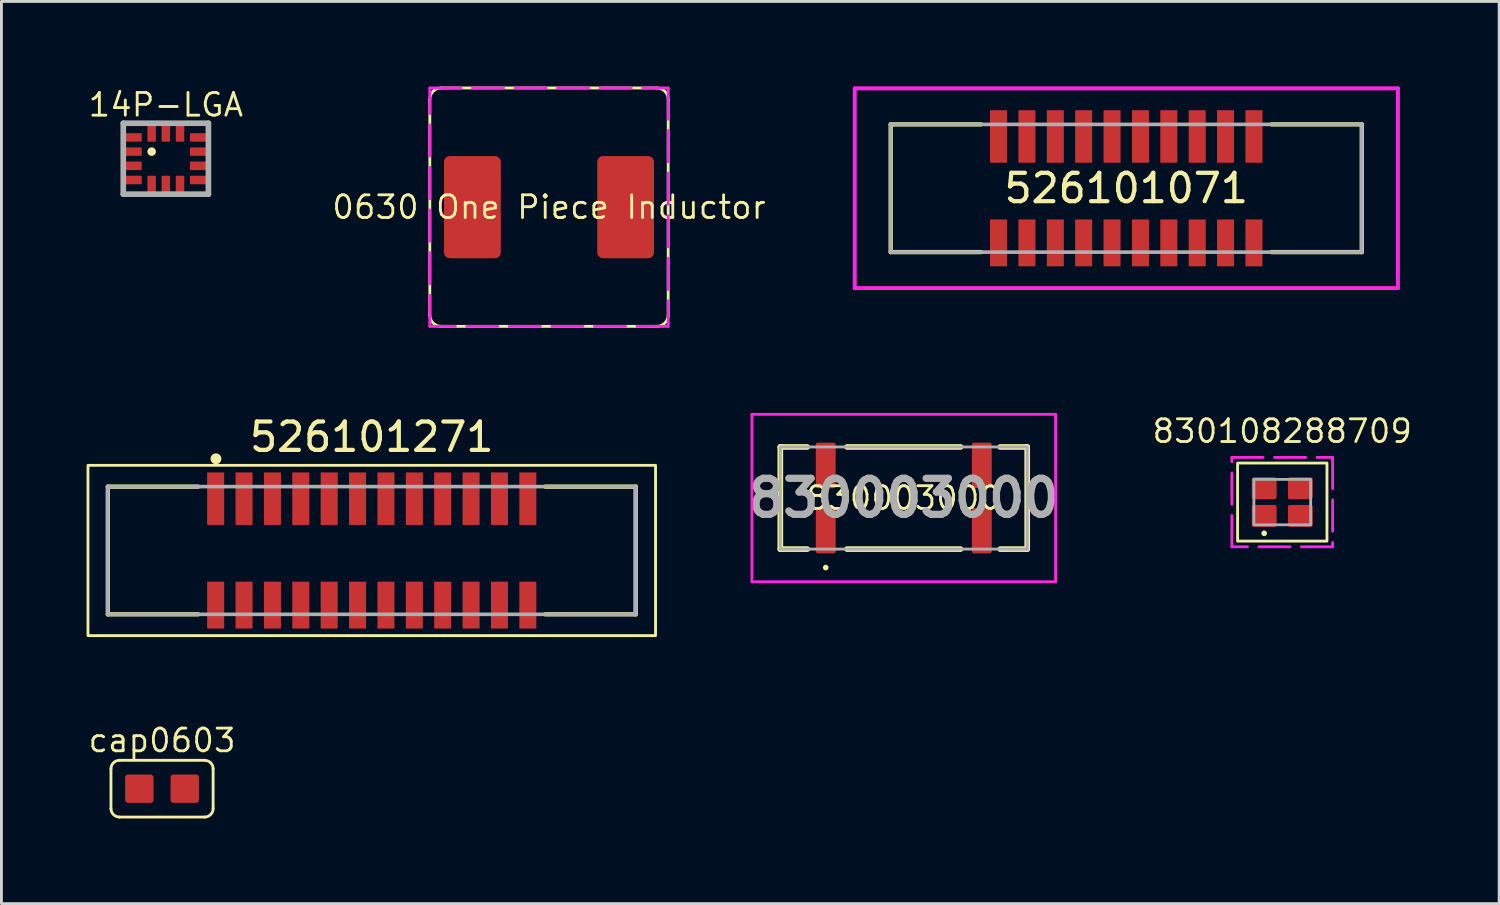
<source format=kicad_pcb>
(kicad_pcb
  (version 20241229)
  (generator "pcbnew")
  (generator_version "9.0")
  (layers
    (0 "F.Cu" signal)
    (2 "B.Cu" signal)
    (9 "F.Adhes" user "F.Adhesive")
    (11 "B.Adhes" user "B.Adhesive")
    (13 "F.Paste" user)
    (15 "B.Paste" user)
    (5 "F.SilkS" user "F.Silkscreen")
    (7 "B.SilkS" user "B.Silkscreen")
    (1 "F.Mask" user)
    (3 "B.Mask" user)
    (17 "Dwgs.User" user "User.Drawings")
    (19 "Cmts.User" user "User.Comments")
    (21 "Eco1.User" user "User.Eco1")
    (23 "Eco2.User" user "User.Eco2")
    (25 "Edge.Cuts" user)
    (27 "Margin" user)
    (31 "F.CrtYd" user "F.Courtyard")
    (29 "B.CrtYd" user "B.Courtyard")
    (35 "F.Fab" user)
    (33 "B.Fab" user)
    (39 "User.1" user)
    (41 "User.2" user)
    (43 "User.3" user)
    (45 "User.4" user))
  (footprint "526101071"
    (layer "F.Cu")
    (at 36.637 3.584)
    (property "Reference" "526101071" (at 0 0 0) (unlocked yes) (layer "F.SilkS") (effects (font (size 1 1) (thickness 0.15))))
    (attr smd)
    (fp_line (start -8.3 -2.25) (end -5.12 -2.25) (stroke (width 0.152) (type solid)) (layer "F.SilkS"))
    (fp_line (start -8.3 2.25) (end -8.3 -2.25) (stroke (width 0.152) (type solid)) (layer "F.SilkS"))
    (fp_line (start -8.3 2.25) (end -5.12 2.25) (stroke (width 0.152) (type solid)) (layer "F.SilkS"))
    (fp_line (start 5.12 -2.25) (end 8.3 -2.25) (stroke (width 0.152) (type solid)) (layer "F.SilkS"))
    (fp_line (start 5.12 2.25) (end 8.3 2.25) (stroke (width 0.152) (type solid)) (layer "F.SilkS"))
    (fp_line (start 8.3 -2.25) (end 8.3 2.25) (stroke (width 0.152) (type solid)) (layer "F.SilkS"))
    (fp_line (start -9.57 -3.52) (end -9.57 3.52) (stroke (width 0.127) (type solid)) (layer "F.CrtYd"))
    (fp_line (start -9.57 -3.52) (end -9.57 3.52) (stroke (width 0.127) (type solid)) (layer "F.CrtYd"))
    (fp_line (start -9.57 3.52) (end 9.57 3.52) (stroke (width 0.127) (type solid)) (layer "F.CrtYd"))
    (fp_line (start -9.57 3.52) (end 9.57 3.52) (stroke (width 0.127) (type solid)) (layer "F.CrtYd"))
    (fp_line (start 9.57 -3.52) (end -9.57 -3.52) (stroke (width 0.127) (type solid)) (layer "F.CrtYd"))
    (fp_line (start 9.57 -3.52) (end -9.57 -3.52) (stroke (width 0.127) (type solid)) (layer "F.CrtYd"))
    (fp_line (start 9.57 3.52) (end 9.57 -3.52) (stroke (width 0.127) (type solid)) (layer "F.CrtYd"))
    (fp_line (start 9.57 3.52) (end 9.57 -3.52) (stroke (width 0.127) (type solid)) (layer "F.CrtYd"))
    (fp_line (start -8.3 -2.25) (end -8.3 2.25) (stroke (width 0.127) (type solid)) (layer "F.Fab"))
    (fp_line (start -8.3 2.25) (end 8.3 2.25) (stroke (width 0.127) (type solid)) (layer "F.Fab"))
    (fp_line (start 8.3 -2.25) (end -8.3 -2.25) (stroke (width 0.127) (type solid)) (layer "F.Fab"))
    (fp_line (start 8.3 2.25) (end 8.3 -2.25) (stroke (width 0.127) (type solid)) (layer "F.Fab"))
    (pad "1" smd rect (at -4.5 -1.825) (size 0.6 1.85) (layers "F.Cu" "F.Mask" "F.Paste"))
    (pad "1B" smd rect (at -4.5 1.925) (size 0.6 1.65) (layers "F.Cu" "F.Mask" "F.Paste"))
    (pad "2" smd rect (at -3.5 -1.825) (size 0.6 1.85) (layers "F.Cu" "F.Mask" "F.Paste"))
    (pad "2B" smd rect (at -3.5 1.925) (size 0.6 1.65) (layers "F.Cu" "F.Mask" "F.Paste"))
    (pad "3" smd rect (at -2.5 -1.825) (size 0.6 1.85) (layers "F.Cu" "F.Mask" "F.Paste"))
    (pad "3B" smd rect (at -2.5 1.925) (size 0.6 1.65) (layers "F.Cu" "F.Mask" "F.Paste"))
    (pad "4" smd rect (at -1.5 -1.825) (size 0.6 1.85) (layers "F.Cu" "F.Mask" "F.Paste"))
    (pad "4B" smd rect (at -1.5 1.925) (size 0.6 1.65) (layers "F.Cu" "F.Mask" "F.Paste"))
    (pad "5" smd rect (at -0.5 -1.825) (size 0.6 1.85) (layers "F.Cu" "F.Mask" "F.Paste"))
    (pad "5B" smd rect (at -0.5 1.925) (size 0.6 1.65) (layers "F.Cu" "F.Mask" "F.Paste"))
    (pad "6" smd rect (at 0.5 -1.825) (size 0.6 1.85) (layers "F.Cu" "F.Mask" "F.Paste"))
    (pad "6B" smd rect (at 0.5 1.925) (size 0.6 1.65) (layers "F.Cu" "F.Mask" "F.Paste"))
    (pad "7" smd rect (at 1.5 -1.825) (size 0.6 1.85) (layers "F.Cu" "F.Mask" "F.Paste"))
    (pad "7B" smd rect (at 1.5 1.925) (size 0.6 1.65) (layers "F.Cu" "F.Mask" "F.Paste"))
    (pad "8" smd rect (at 2.5 -1.825) (size 0.6 1.85) (layers "F.Cu" "F.Mask" "F.Paste"))
    (pad "8B" smd rect (at 2.5 1.925) (size 0.6 1.65) (layers "F.Cu" "F.Mask" "F.Paste"))
    (pad "9" smd rect (at 3.5 -1.825) (size 0.6 1.85) (layers "F.Cu" "F.Mask" "F.Paste"))
    (pad "9B" smd rect (at 3.5 1.925) (size 0.6 1.65) (layers "F.Cu" "F.Mask" "F.Paste"))
    (pad "10" smd rect (at 4.5 -1.825) (size 0.6 1.85) (layers "F.Cu" "F.Mask" "F.Paste"))
    (pad "10B" smd rect (at 4.5 1.925) (size 0.6 1.65) (layers "F.Cu" "F.Mask" "F.Paste")))
  (footprint "cap0603"
    (layer "F.Cu")
    (at 2.66 24.742)
    (property "Reference" "cap0603" (at 0 -1.7 0) (unlocked yes) (layer "F.SilkS") (effects (font (size 0.8 0.8) (thickness 0.1))))
    (attr smd)
    (fp_line (start -1.8 0.7) (end -1.8 -0.7) (stroke (width 0.1) (type default)) (layer "F.SilkS"))
    (fp_line (start -1.5 -1) (end 1.5 -1) (stroke (width 0.1) (type default)) (layer "F.SilkS"))
    (fp_line (start -1.5 1) (end 1.5 1) (stroke (width 0.1) (type default)) (layer "F.SilkS"))
    (fp_line (start 1.8 -0.7) (end 1.8 0.7) (stroke (width 0.1) (type default)) (layer "F.SilkS"))
    (fp_arc (start -1.8 -0.7) (mid -1.712132 -0.912132) (end -1.5 -1) (stroke (width 0.1) (type default)) (layer "F.SilkS"))
    (fp_arc (start -1.5 1) (mid -1.712132 0.912132) (end -1.8 0.7) (stroke (width 0.1) (type default)) (layer "F.SilkS"))
    (fp_arc (start 1.5 -1) (mid 1.712132 -0.912132) (end 1.8 -0.7) (stroke (width 0.1) (type default)) (layer "F.SilkS"))
    (fp_arc (start 1.8 0.7) (mid 1.712132 0.912132) (end 1.5 1) (stroke (width 0.1) (type default)) (layer "F.SilkS"))
    (pad "1" smd roundrect (at -0.8 0) (size 1 1) (layers "F.Cu" "F.Mask" "F.Paste") (roundrect_rratio 0.1))
    (pad "2" smd roundrect (at 0.8 0) (size 1 1) (layers "F.Cu" "F.Mask" "F.Paste") (roundrect_rratio 0.1)))
  (footprint "0630 One Piece Inductor"
    (layer "F.Cu")
    (at 16.296 4.25)
    (property "Reference" "0630 One Piece Inductor" (at 0 0 0) (unlocked yes) (layer "F.SilkS") (effects (font (size 0.8 0.8) (thickness 0.1))))
    (attr smd)
    (fp_line (start -4.2 -3.8) (end -4.2 3.8) (stroke (width 0.1) (type default)) (layer "F.SilkS"))
    (fp_line (start -3.8 4.2) (end 3.8 4.2) (stroke (width 0.1) (type default)) (layer "F.SilkS"))
    (fp_line (start 3.8 -4.2) (end -3.8 -4.2) (stroke (width 0.1) (type default)) (layer "F.SilkS"))
    (fp_line (start 4.2 3.8) (end 4.2 -3.8) (stroke (width 0.1) (type default)) (layer "F.SilkS"))
    (fp_arc (start -4.2 -3.8) (mid -4.082843 -4.082843) (end -3.8 -4.2) (stroke (width 0.1) (type default)) (layer "F.SilkS"))
    (fp_arc (start -3.8 4.2) (mid -4.082843 4.082843) (end -4.2 3.8) (stroke (width 0.1) (type default)) (layer "F.SilkS"))
    (fp_arc (start 3.8 -4.2) (mid 4.082843 -4.082843) (end 4.2 -3.8) (stroke (width 0.1) (type default)) (layer "F.SilkS"))
    (fp_arc (start 4.2 3.8) (mid 4.082843 4.082843) (end 3.8 4.2) (stroke (width 0.1) (type default)) (layer "F.SilkS"))
    (fp_rect (start -4.2 -4.2) (end 4.2 4.2) (stroke (width 0.1) (type dash)) (fill no) (layer "F.CrtYd"))
    (pad "1" smd roundrect (at -2.7 0) (size 2 3.6) (layers "F.Cu" "F.Mask" "F.Paste") (roundrect_rratio 0.1))
    (pad "2" smd roundrect (at 2.7 0) (size 2 3.6) (layers "F.Cu" "F.Mask" "F.Paste") (roundrect_rratio 0.1)))
  (footprint "526101271"
    (layer "F.Cu")
    (at 10.05 16.348)
    (property "Reference" "526101271" (at 0 -4 0) (unlocked yes) (layer "F.SilkS") (effects (font (size 1 1) (thickness 0.15))))
    (attr smd)
    (fp_line (start -9.3 -2.25) (end -6.12 -2.25) (stroke (width 0.152) (type solid)) (layer "F.SilkS"))
    (fp_line (start -9.3 2.25) (end -9.3 -2.25) (stroke (width 0.152) (type solid)) (layer "F.SilkS"))
    (fp_line (start -9.3 2.25) (end -6.12 2.25) (stroke (width 0.152) (type solid)) (layer "F.SilkS"))
    (fp_line (start 6.12 -2.25) (end 9.3 -2.25) (stroke (width 0.152) (type solid)) (layer "F.SilkS"))
    (fp_line (start 6.12 2.25) (end 9.3 2.25) (stroke (width 0.152) (type solid)) (layer "F.SilkS"))
    (fp_line (start 9.3 -2.25) (end 9.3 2.25) (stroke (width 0.152) (type solid)) (layer "F.SilkS"))
    (fp_rect (start -10 -3) (end 10 3) (stroke (width 0.1) (type default)) (fill no) (layer "F.SilkS"))
    (fp_circle (center -5.49 -3.23) (end -5.35 -3.25) (stroke (width 0.1) (type default)) (fill yes) (layer "F.SilkS"))
    (fp_line (start -9.3 -2.25) (end -9.3 2.25) (stroke (width 0.127) (type solid)) (layer "F.Fab"))
    (fp_line (start -9.3 2.25) (end 9.3 2.25) (stroke (width 0.127) (type solid)) (layer "F.Fab"))
    (fp_line (start 9.3 -2.25) (end -9.3 -2.25) (stroke (width 0.127) (type solid)) (layer "F.Fab"))
    (fp_line (start 9.3 2.25) (end 9.3 -2.25) (stroke (width 0.127) (type solid)) (layer "F.Fab"))
    (pad "1" smd rect (at -5.5 -1.825) (size 0.6 1.85) (layers "F.Cu" "F.Mask" "F.Paste"))
    (pad "1B" smd rect (at -5.5 1.925) (size 0.6 1.65) (layers "F.Cu" "F.Mask" "F.Paste"))
    (pad "2" smd rect (at -4.5 -1.825) (size 0.6 1.85) (layers "F.Cu" "F.Mask" "F.Paste"))
    (pad "2B" smd rect (at -4.5 1.925) (size 0.6 1.65) (layers "F.Cu" "F.Mask" "F.Paste"))
    (pad "3" smd rect (at -3.5 -1.825) (size 0.6 1.85) (layers "F.Cu" "F.Mask" "F.Paste"))
    (pad "3B" smd rect (at -3.5 1.925) (size 0.6 1.65) (layers "F.Cu" "F.Mask" "F.Paste"))
    (pad "4" smd rect (at -2.5 -1.825) (size 0.6 1.85) (layers "F.Cu" "F.Mask" "F.Paste"))
    (pad "4B" smd rect (at -2.5 1.925) (size 0.6 1.65) (layers "F.Cu" "F.Mask" "F.Paste"))
    (pad "5" smd rect (at -1.5 -1.825) (size 0.6 1.85) (layers "F.Cu" "F.Mask" "F.Paste"))
    (pad "5B" smd rect (at -1.5 1.925) (size 0.6 1.65) (layers "F.Cu" "F.Mask" "F.Paste"))
    (pad "6" smd rect (at -0.5 -1.825) (size 0.6 1.85) (layers "F.Cu" "F.Mask" "F.Paste"))
    (pad "6B" smd rect (at -0.5 1.925) (size 0.6 1.65) (layers "F.Cu" "F.Mask" "F.Paste"))
    (pad "7" smd rect (at 0.5 -1.825) (size 0.6 1.85) (layers "F.Cu" "F.Mask" "F.Paste"))
    (pad "7B" smd rect (at 0.5 1.925) (size 0.6 1.65) (layers "F.Cu" "F.Mask" "F.Paste"))
    (pad "8" smd rect (at 1.5 -1.825) (size 0.6 1.85) (layers "F.Cu" "F.Mask" "F.Paste"))
    (pad "8B" smd rect (at 1.5 1.925) (size 0.6 1.65) (layers "F.Cu" "F.Mask" "F.Paste"))
    (pad "9" smd rect (at 2.5 -1.825) (size 0.6 1.85) (layers "F.Cu" "F.Mask" "F.Paste"))
    (pad "9B" smd rect (at 2.5 1.925) (size 0.6 1.65) (layers "F.Cu" "F.Mask" "F.Paste"))
    (pad "10" smd rect (at 3.5 -1.825) (size 0.6 1.85) (layers "F.Cu" "F.Mask" "F.Paste"))
    (pad "10B" smd rect (at 3.5 1.925) (size 0.6 1.65) (layers "F.Cu" "F.Mask" "F.Paste"))
    (pad "11" smd rect (at 4.5 -1.825) (size 0.6 1.85) (layers "F.Cu" "F.Mask" "F.Paste"))
    (pad "11B" smd rect (at 4.5 1.925) (size 0.6 1.65) (layers "F.Cu" "F.Mask" "F.Paste"))
    (pad "12" smd rect (at 5.5 -1.825) (size 0.6 1.85) (layers "F.Cu" "F.Mask" "F.Paste"))
    (pad "12B" smd rect (at 5.5 1.925) (size 0.6 1.65) (layers "F.Cu" "F.Mask" "F.Paste")))
  (footprint "830003000"
    (layer "F.Cu")
    (at 28.797 14.5)
    (property "Reference" "830003000" (at 0 0 0) (layer "F.SilkS") (effects (font (size 0.8 0.8) (thickness 0.1))))
    (attr smd)
    (fp_line (start -4.35 -1.8) (end -4.35 1.8) (stroke (width 0.2) (type solid)) (layer "F.SilkS"))
    (fp_line (start -4.35 1.8) (end -3.4 1.8) (stroke (width 0.2) (type solid)) (layer "F.SilkS"))
    (fp_line (start -3.4 -1.8) (end -4.35 -1.8) (stroke (width 0.2) (type solid)) (layer "F.SilkS"))
    (fp_line (start -2 1.8) (end 2 1.8) (stroke (width 0.2) (type solid)) (layer "F.SilkS"))
    (fp_line (start 2 -1.8) (end -2 -1.8) (stroke (width 0.2) (type solid)) (layer "F.SilkS"))
    (fp_line (start 3.4 -1.8) (end 4.35 -1.8) (stroke (width 0.2) (type solid)) (layer "F.SilkS"))
    (fp_line (start 4.35 -1.8) (end 4.35 1.8) (stroke (width 0.2) (type solid)) (layer "F.SilkS"))
    (fp_line (start 4.35 1.8) (end 3.4 1.8) (stroke (width 0.2) (type solid)) (layer "F.SilkS"))
    (fp_circle (center -2.75 2.45) (end -2.75 2.5) (stroke (width 0.1) (type default)) (fill yes) (layer "F.SilkS"))
    (fp_line (start -5.35 -2.95) (end 5.35 -2.95) (stroke (width 0.1) (type solid)) (layer "F.CrtYd"))
    (fp_line (start -5.35 2.95) (end -5.35 -2.95) (stroke (width 0.1) (type solid)) (layer "F.CrtYd"))
    (fp_line (start 5.35 -2.95) (end 5.35 2.95) (stroke (width 0.1) (type solid)) (layer "F.CrtYd"))
    (fp_line (start 5.35 2.95) (end -5.35 2.95) (stroke (width 0.1) (type solid)) (layer "F.CrtYd"))
    (fp_line (start -4.35 -1.8) (end 4.35 -1.8) (stroke (width 0.1) (type solid)) (layer "F.Fab"))
    (fp_line (start -4.35 1.8) (end -4.35 -1.8) (stroke (width 0.1) (type solid)) (layer "F.Fab"))
    (fp_line (start 4.35 -1.8) (end 4.35 1.8) (stroke (width 0.1) (type solid)) (layer "F.Fab"))
    (fp_line (start 4.35 1.8) (end -4.35 1.8) (stroke (width 0.1) (type solid)) (layer "F.Fab"))
    (fp_text user "${REFERENCE}" (at 0 0 0) (layer "F.Fab") (effects (font (size 1.27 1.27) (thickness 0.254))))
    (pad "1" smd roundrect (at -2.75 1.15) (size 0.7 1.6) (layers "F.Cu" "F.Mask" "F.Paste") (roundrect_rratio 0.1))
    (pad "2" smd roundrect (at 2.75 1.15) (size 0.7 1.6) (layers "F.Cu" "F.Mask" "F.Paste") (roundrect_rratio 0.1))
    (pad "3" smd roundrect (at 2.75 -1.15) (size 0.7 1.6) (layers "F.Cu" "F.Mask" "F.Paste") (roundrect_rratio 0.1))
    (pad "4" smd roundrect (at -2.75 -1.15) (size 0.7 1.6) (layers "F.Cu" "F.Mask" "F.Paste") (roundrect_rratio 0.1)))
  (footprint "830108288709"
    (layer "F.Cu")
    (at 42.135 14.643)
    (property "Reference" "830108288709" (at 0 -2.5 0) (layer "F.SilkS") (effects (font (size 0.8 0.8) (thickness 0.1))))
    (attr smd)
    (fp_rect (start -1.575 -1.375) (end 1.575 1.375) (stroke (width 0.1) (type solid)) (fill no) (layer "F.SilkS"))
    (fp_circle (center -0.637 1.1) (end -0.637 1.15) (stroke (width 0.1) (type default)) (fill yes) (layer "F.SilkS"))
    (fp_rect (start -1.775 -1.575) (end 1.775 1.575) (stroke (width 0.1) (type dash)) (fill no) (layer "F.CrtYd"))
    (fp_rect (start -1 -0.8) (end 1 0.8) (stroke (width 0.1) (type solid)) (fill no) (layer "F.Fab"))
    (pad "1" smd roundrect (at -0.637 0.487 90) (size 0.775 0.875) (layers "F.Cu" "F.Mask" "F.Paste") (roundrect_rratio 0.1))
    (pad "2" smd roundrect (at 0.637 0.487 90) (size 0.775 0.875) (layers "F.Cu" "F.Mask" "F.Paste") (roundrect_rratio 0.1))
    (pad "3" smd roundrect (at 0.637 -0.487 90) (size 0.775 0.875) (layers "F.Cu" "F.Mask" "F.Paste") (roundrect_rratio 0.1))
    (pad "4" smd roundrect (at -0.637 -0.487 90) (size 0.775 0.875) (layers "F.Cu" "F.Mask" "F.Paste") (roundrect_rratio 0.1)))
  (footprint "14P-LGA"
    (layer "F.Cu")
    (at 2.794 2.543)
    (property "Reference" "14P-LGA" (at 0 -1.9 0) (unlocked yes) (layer "F.SilkS") (effects (font (size 0.8 0.8) (thickness 0.1))))
    (attr smd)
    (fp_line (start -1.5 -1.25) (end -1.5 -1.1) (stroke (width 0.1) (type solid)) (layer "F.SilkS"))
    (fp_line (start -1.5 -1.25) (end -0.85 -1.25) (stroke (width 0.1) (type solid)) (layer "F.SilkS"))
    (fp_line (start -1.5 1.25) (end -1.5 1.1) (stroke (width 0.1) (type solid)) (layer "F.SilkS"))
    (fp_line (start -0.85 1.25) (end -1.5 1.25) (stroke (width 0.1) (type solid)) (layer "F.SilkS"))
    (fp_line (start 0.85 -1.25) (end 1.5 -1.25) (stroke (width 0.1) (type solid)) (layer "F.SilkS"))
    (fp_line (start 0.85 1.25) (end 1.5 1.25) (stroke (width 0.1) (type solid)) (layer "F.SilkS"))
    (fp_line (start 1.5 -1.25) (end 1.5 -1.1) (stroke (width 0.1) (type solid)) (layer "F.SilkS"))
    (fp_line (start 1.5 1.25) (end 1.5 1.1) (stroke (width 0.1) (type solid)) (layer "F.SilkS"))
    (fp_circle (center -0.5 -0.25) (end -0.45 -0.25) (stroke (width 0.2) (type default)) (fill yes) (layer "F.SilkS"))
    (fp_line (start -1.5 -1.25) (end 1.5 -1.25) (stroke (width 0.2) (type solid)) (layer "F.Fab"))
    (fp_line (start -1.5 1.25) (end -1.5 -1.25) (stroke (width 0.2) (type solid)) (layer "F.Fab"))
    (fp_line (start 1.5 -1.25) (end 1.5 1.25) (stroke (width 0.2) (type solid)) (layer "F.Fab"))
    (fp_line (start 1.5 1.25) (end -1.5 1.25) (stroke (width 0.2) (type solid)) (layer "F.Fab"))
    (pad "1" smd roundrect (at -1.15 -0.75 90) (size 0.3 0.6) (layers "F.Cu" "F.Mask" "F.Paste") (roundrect_rratio 0.1))
    (pad "2" smd roundrect (at -1.15 -0.25 90) (size 0.3 0.6) (layers "F.Cu" "F.Mask" "F.Paste") (roundrect_rratio 0.1))
    (pad "3" smd roundrect (at -1.15 0.25 90) (size 0.3 0.6) (layers "F.Cu" "F.Mask" "F.Paste") (roundrect_rratio 0.1))
    (pad "4" smd roundrect (at -1.15 0.75 90) (size 0.3 0.6) (layers "F.Cu" "F.Mask" "F.Paste") (roundrect_rratio 0.1))
    (pad "5" smd roundrect (at -0.5 0.9) (size 0.3 0.6) (layers "F.Cu" "F.Mask" "F.Paste") (roundrect_rratio 0.1))
    (pad "6" smd roundrect (at 0 0.9) (size 0.3 0.6) (layers "F.Cu" "F.Mask" "F.Paste") (roundrect_rratio 0.1))
    (pad "7" smd roundrect (at 0.5 0.9) (size 0.3 0.6) (layers "F.Cu" "F.Mask" "F.Paste") (roundrect_rratio 0.1))
    (pad "8" smd roundrect (at 1.15 0.75 90) (size 0.3 0.6) (layers "F.Cu" "F.Mask" "F.Paste") (roundrect_rratio 0.1))
    (pad "9" smd roundrect (at 1.15 0.25 90) (size 0.3 0.6) (layers "F.Cu" "F.Mask" "F.Paste") (roundrect_rratio 0.1))
    (pad "10" smd roundrect (at 1.15 -0.25 90) (size 0.3 0.6) (layers "F.Cu" "F.Mask" "F.Paste") (roundrect_rratio 0.1))
    (pad "11" smd roundrect (at 1.15 -0.75 90) (size 0.3 0.6) (layers "F.Cu" "F.Mask" "F.Paste") (roundrect_rratio 0.1))
    (pad "12" smd roundrect (at 0.5 -0.9) (size 0.3 0.6) (layers "F.Cu" "F.Mask" "F.Paste") (roundrect_rratio 0.1))
    (pad "13" smd roundrect (at 0 -0.9) (size 0.3 0.6) (layers "F.Cu" "F.Mask" "F.Paste") (roundrect_rratio 0.1))
    (pad "14" smd roundrect (at -0.5 -0.9) (size 0.3 0.6) (layers "F.Cu" "F.Mask" "F.Paste") (roundrect_rratio 0.1))
    (zone (net_name "") (layer "F.Cu") (hatch full 0.5) (connect_pads) (min_thickness 0.25) (filled_areas_thickness no) (keepout (tracks not_allowed) (vias not_allowed) (pads not_allowed) (copperpour not_allowed) (footprints not_allowed)) (placement (enabled no)) (fill) (polygon (pts (xy 1.644 1.794) (xy 3.944 1.794) (xy 3.944 3.293) (xy 1.644 3.293)))))
  (gr_rect
    (start -3 -3)
    (end 49.777 28.792)
    (stroke (width 0.1) (type default))
    (fill no)
    (layer "Edge.Cuts")))
</source>
